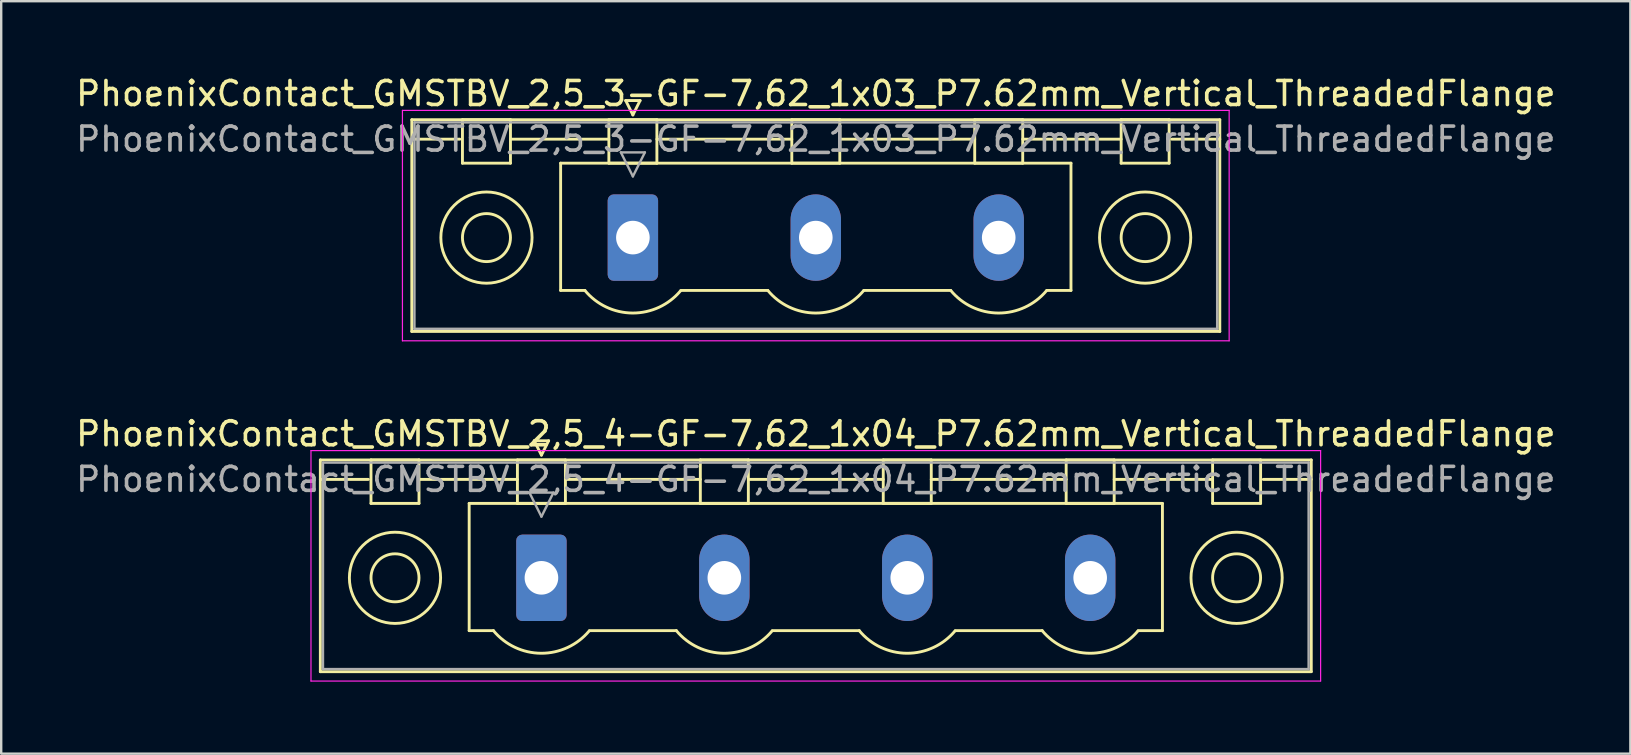
<source format=kicad_pcb>
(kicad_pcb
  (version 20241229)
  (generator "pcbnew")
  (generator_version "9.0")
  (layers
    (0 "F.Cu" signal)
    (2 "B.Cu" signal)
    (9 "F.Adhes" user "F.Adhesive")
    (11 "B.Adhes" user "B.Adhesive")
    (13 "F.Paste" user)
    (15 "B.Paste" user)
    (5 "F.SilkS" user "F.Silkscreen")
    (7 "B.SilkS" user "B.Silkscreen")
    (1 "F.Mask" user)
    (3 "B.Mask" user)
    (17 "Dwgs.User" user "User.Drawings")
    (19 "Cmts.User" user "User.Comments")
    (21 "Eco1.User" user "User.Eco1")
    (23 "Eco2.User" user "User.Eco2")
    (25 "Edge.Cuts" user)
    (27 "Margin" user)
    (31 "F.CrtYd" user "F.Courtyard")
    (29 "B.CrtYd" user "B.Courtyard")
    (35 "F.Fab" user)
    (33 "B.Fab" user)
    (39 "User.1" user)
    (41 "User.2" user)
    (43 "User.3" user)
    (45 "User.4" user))
  (footprint "PhoenixContact_GMSTBV_2,5_3-GF-7,62_1x03_P7.62mm_Vertical_ThreadedFlange"
    (layer "F.Cu")
    (at 23.315 6.848)
    (property "Reference" "PhoenixContact_GMSTBV_2,5_3-GF-7,62_1x03_P7.62mm_Vertical_ThreadedFlange" (at 7.62 -6 0) (layer "F.SilkS") (effects (font (size 1 1) (thickness 0.15))))
    (attr through_hole)
    (fp_line (start -9.21 -4.91) (end -9.21 3.91) (stroke (width 0.12) (type solid)) (layer "F.SilkS"))
    (fp_line (start -9.21 -4.1) (end -7.21 -4.1) (stroke (width 0.12) (type solid)) (layer "F.SilkS"))
    (fp_line (start -9.21 3.91) (end 24.45 3.91) (stroke (width 0.12) (type solid)) (layer "F.SilkS"))
    (fp_line (start -7.1 -4.91) (end -5.1 -4.91) (stroke (width 0.12) (type solid)) (layer "F.SilkS"))
    (fp_line (start -7.1 -3.1) (end -7.1 -4.91) (stroke (width 0.12) (type solid)) (layer "F.SilkS"))
    (fp_line (start -5.1 -4.91) (end -5.1 -3.1) (stroke (width 0.12) (type solid)) (layer "F.SilkS"))
    (fp_line (start -5.1 -4.1) (end -1 -4.1) (stroke (width 0.12) (type solid)) (layer "F.SilkS"))
    (fp_line (start -5.1 -3.1) (end -7.1 -3.1) (stroke (width 0.12) (type solid)) (layer "F.SilkS"))
    (fp_line (start -3.01 -3.1) (end 18.25 -3.1) (stroke (width 0.12) (type solid)) (layer "F.SilkS"))
    (fp_line (start -3.01 2.2) (end -3.01 -3.1) (stroke (width 0.12) (type solid)) (layer "F.SilkS"))
    (fp_line (start -2 2.2) (end -3.01 2.2) (stroke (width 0.12) (type solid)) (layer "F.SilkS"))
    (fp_line (start -1 -4.91) (end 1 -4.91) (stroke (width 0.12) (type solid)) (layer "F.SilkS"))
    (fp_line (start -1 -3.1) (end -1 -4.91) (stroke (width 0.12) (type solid)) (layer "F.SilkS"))
    (fp_line (start -0.3 -5.71) (end 0.3 -5.71) (stroke (width 0.12) (type solid)) (layer "F.SilkS"))
    (fp_line (start 0 -5.11) (end -0.3 -5.71) (stroke (width 0.12) (type solid)) (layer "F.SilkS"))
    (fp_line (start 0.3 -5.71) (end 0 -5.11) (stroke (width 0.12) (type solid)) (layer "F.SilkS"))
    (fp_line (start 1 -4.91) (end 1 -3.1) (stroke (width 0.12) (type solid)) (layer "F.SilkS"))
    (fp_line (start 1 -4.1) (end 6.62 -4.1) (stroke (width 0.12) (type solid)) (layer "F.SilkS"))
    (fp_line (start 1 -3.1) (end -1 -3.1) (stroke (width 0.12) (type solid)) (layer "F.SilkS"))
    (fp_line (start 2 2.2) (end 5.62 2.2) (stroke (width 0.12) (type solid)) (layer "F.SilkS"))
    (fp_line (start 6.62 -4.91) (end 8.62 -4.91) (stroke (width 0.12) (type solid)) (layer "F.SilkS"))
    (fp_line (start 6.62 -3.1) (end 6.62 -4.91) (stroke (width 0.12) (type solid)) (layer "F.SilkS"))
    (fp_line (start 8.62 -4.91) (end 8.62 -3.1) (stroke (width 0.12) (type solid)) (layer "F.SilkS"))
    (fp_line (start 8.62 -4.1) (end 14.24 -4.1) (stroke (width 0.12) (type solid)) (layer "F.SilkS"))
    (fp_line (start 8.62 -3.1) (end 6.62 -3.1) (stroke (width 0.12) (type solid)) (layer "F.SilkS"))
    (fp_line (start 9.62 2.2) (end 13.24 2.2) (stroke (width 0.12) (type solid)) (layer "F.SilkS"))
    (fp_line (start 14.24 -4.91) (end 16.24 -4.91) (stroke (width 0.12) (type solid)) (layer "F.SilkS"))
    (fp_line (start 14.24 -3.1) (end 14.24 -4.91) (stroke (width 0.12) (type solid)) (layer "F.SilkS"))
    (fp_line (start 16.24 -4.91) (end 16.24 -3.1) (stroke (width 0.12) (type solid)) (layer "F.SilkS"))
    (fp_line (start 16.24 -4.1) (end 20.34 -4.1) (stroke (width 0.12) (type solid)) (layer "F.SilkS"))
    (fp_line (start 16.24 -3.1) (end 14.24 -3.1) (stroke (width 0.12) (type solid)) (layer "F.SilkS"))
    (fp_line (start 18.25 -3.1) (end 18.25 2.2) (stroke (width 0.12) (type solid)) (layer "F.SilkS"))
    (fp_line (start 18.25 2.2) (end 17.24 2.2) (stroke (width 0.12) (type solid)) (layer "F.SilkS"))
    (fp_line (start 20.34 -4.91) (end 22.34 -4.91) (stroke (width 0.12) (type solid)) (layer "F.SilkS"))
    (fp_line (start 20.34 -3.1) (end 20.34 -4.91) (stroke (width 0.12) (type solid)) (layer "F.SilkS"))
    (fp_line (start 22.34 -4.91) (end 22.34 -3.1) (stroke (width 0.12) (type solid)) (layer "F.SilkS"))
    (fp_line (start 22.34 -3.1) (end 20.34 -3.1) (stroke (width 0.12) (type solid)) (layer "F.SilkS"))
    (fp_line (start 24.45 -4.91) (end -9.21 -4.91) (stroke (width 0.12) (type solid)) (layer "F.SilkS"))
    (fp_line (start 24.45 -4.1) (end 22.45 -4.1) (stroke (width 0.12) (type solid)) (layer "F.SilkS"))
    (fp_line (start 24.45 3.91) (end 24.45 -4.91) (stroke (width 0.12) (type solid)) (layer "F.SilkS"))
    (fp_arc (start 1.986842 2.215821) (mid -0.010289 3.142758) (end -2 2.2) (stroke (width 0.12) (type solid)) (layer "F.SilkS"))
    (fp_arc (start 9.606842 2.215821) (mid 7.609711 3.142758) (end 5.62 2.2) (stroke (width 0.12) (type solid)) (layer "F.SilkS"))
    (fp_arc (start 17.226842 2.215821) (mid 15.229711 3.142758) (end 13.24 2.2) (stroke (width 0.12) (type solid)) (layer "F.SilkS"))
    (fp_circle (center -6.1 0) (end -5.1 0) (stroke (width 0.12) (type solid)) (fill no) (layer "F.SilkS"))
    (fp_circle (center -6.1 0) (end -4.2 0) (stroke (width 0.12) (type solid)) (fill no) (layer "F.SilkS"))
    (fp_circle (center 21.34 0) (end 22.34 0) (stroke (width 0.12) (type solid)) (fill no) (layer "F.SilkS"))
    (fp_circle (center 21.34 0) (end 23.24 0) (stroke (width 0.12) (type solid)) (fill no) (layer "F.SilkS"))
    (fp_line (start -9.6 -5.3) (end -9.6 4.3) (stroke (width 0.05) (type solid)) (layer "F.CrtYd"))
    (fp_line (start -9.6 4.3) (end 24.84 4.3) (stroke (width 0.05) (type solid)) (layer "F.CrtYd"))
    (fp_line (start 24.84 -5.3) (end -9.6 -5.3) (stroke (width 0.05) (type solid)) (layer "F.CrtYd"))
    (fp_line (start 24.84 4.3) (end 24.84 -5.3) (stroke (width 0.05) (type solid)) (layer "F.CrtYd"))
    (fp_line (start -9.1 -4.8) (end -9.1 3.8) (stroke (width 0.1) (type solid)) (layer "F.Fab"))
    (fp_line (start -9.1 3.8) (end 24.34 3.8) (stroke (width 0.1) (type solid)) (layer "F.Fab"))
    (fp_line (start -0.5 -3.55) (end 0.5 -3.55) (stroke (width 0.1) (type solid)) (layer "F.Fab"))
    (fp_line (start 0 -2.55) (end -0.5 -3.55) (stroke (width 0.1) (type solid)) (layer "F.Fab"))
    (fp_line (start 0.5 -3.55) (end 0 -2.55) (stroke (width 0.1) (type solid)) (layer "F.Fab"))
    (fp_line (start 24.34 -4.8) (end -9.1 -4.8) (stroke (width 0.1) (type solid)) (layer "F.Fab"))
    (fp_line (start 24.34 3.8) (end 24.34 -4.8) (stroke (width 0.1) (type solid)) (layer "F.Fab"))
    (fp_text user "${REFERENCE}" (at 7.62 -4.1 0) (layer "F.Fab") (effects (font (size 1 1) (thickness 0.15))))
    (pad "1" thru_hole roundrect (at 0 0) (size 2.1 3.6) (drill 1.4) (layers "*.Cu" "*.Mask") (roundrect_rratio 0.119))
    (pad "2" thru_hole oval (at 7.62 0) (size 2.1 3.6) (drill 1.4) (layers "*.Cu" "*.Mask"))
    (pad "3" thru_hole oval (at 15.24 0) (size 2.1 3.6) (drill 1.4) (layers "*.Cu" "*.Mask")))
  (footprint "PhoenixContact_GMSTBV_2,5_4-GF-7,62_1x04_P7.62mm_Vertical_ThreadedFlange"
    (layer "F.Cu")
    (at 19.505 21.021)
    (property "Reference" "PhoenixContact_GMSTBV_2,5_4-GF-7,62_1x04_P7.62mm_Vertical_ThreadedFlange" (at 11.43 -6 0) (layer "F.SilkS") (effects (font (size 1 1) (thickness 0.15))))
    (attr through_hole)
    (fp_line (start -9.21 -4.91) (end -9.21 3.91) (stroke (width 0.12) (type solid)) (layer "F.SilkS"))
    (fp_line (start -9.21 -4.1) (end -7.21 -4.1) (stroke (width 0.12) (type solid)) (layer "F.SilkS"))
    (fp_line (start -9.21 3.91) (end 32.07 3.91) (stroke (width 0.12) (type solid)) (layer "F.SilkS"))
    (fp_line (start -7.1 -4.91) (end -5.1 -4.91) (stroke (width 0.12) (type solid)) (layer "F.SilkS"))
    (fp_line (start -7.1 -3.1) (end -7.1 -4.91) (stroke (width 0.12) (type solid)) (layer "F.SilkS"))
    (fp_line (start -5.1 -4.91) (end -5.1 -3.1) (stroke (width 0.12) (type solid)) (layer "F.SilkS"))
    (fp_line (start -5.1 -4.1) (end -1 -4.1) (stroke (width 0.12) (type solid)) (layer "F.SilkS"))
    (fp_line (start -5.1 -3.1) (end -7.1 -3.1) (stroke (width 0.12) (type solid)) (layer "F.SilkS"))
    (fp_line (start -3.01 -3.1) (end 25.87 -3.1) (stroke (width 0.12) (type solid)) (layer "F.SilkS"))
    (fp_line (start -3.01 2.2) (end -3.01 -3.1) (stroke (width 0.12) (type solid)) (layer "F.SilkS"))
    (fp_line (start -2 2.2) (end -3.01 2.2) (stroke (width 0.12) (type solid)) (layer "F.SilkS"))
    (fp_line (start -1 -4.91) (end 1 -4.91) (stroke (width 0.12) (type solid)) (layer "F.SilkS"))
    (fp_line (start -1 -3.1) (end -1 -4.91) (stroke (width 0.12) (type solid)) (layer "F.SilkS"))
    (fp_line (start -0.3 -5.71) (end 0.3 -5.71) (stroke (width 0.12) (type solid)) (layer "F.SilkS"))
    (fp_line (start 0 -5.11) (end -0.3 -5.71) (stroke (width 0.12) (type solid)) (layer "F.SilkS"))
    (fp_line (start 0.3 -5.71) (end 0 -5.11) (stroke (width 0.12) (type solid)) (layer "F.SilkS"))
    (fp_line (start 1 -4.91) (end 1 -3.1) (stroke (width 0.12) (type solid)) (layer "F.SilkS"))
    (fp_line (start 1 -4.1) (end 6.62 -4.1) (stroke (width 0.12) (type solid)) (layer "F.SilkS"))
    (fp_line (start 1 -3.1) (end -1 -3.1) (stroke (width 0.12) (type solid)) (layer "F.SilkS"))
    (fp_line (start 2 2.2) (end 5.62 2.2) (stroke (width 0.12) (type solid)) (layer "F.SilkS"))
    (fp_line (start 6.62 -4.91) (end 8.62 -4.91) (stroke (width 0.12) (type solid)) (layer "F.SilkS"))
    (fp_line (start 6.62 -3.1) (end 6.62 -4.91) (stroke (width 0.12) (type solid)) (layer "F.SilkS"))
    (fp_line (start 8.62 -4.91) (end 8.62 -3.1) (stroke (width 0.12) (type solid)) (layer "F.SilkS"))
    (fp_line (start 8.62 -4.1) (end 14.24 -4.1) (stroke (width 0.12) (type solid)) (layer "F.SilkS"))
    (fp_line (start 8.62 -3.1) (end 6.62 -3.1) (stroke (width 0.12) (type solid)) (layer "F.SilkS"))
    (fp_line (start 9.62 2.2) (end 13.24 2.2) (stroke (width 0.12) (type solid)) (layer "F.SilkS"))
    (fp_line (start 14.24 -4.91) (end 16.24 -4.91) (stroke (width 0.12) (type solid)) (layer "F.SilkS"))
    (fp_line (start 14.24 -3.1) (end 14.24 -4.91) (stroke (width 0.12) (type solid)) (layer "F.SilkS"))
    (fp_line (start 16.24 -4.91) (end 16.24 -3.1) (stroke (width 0.12) (type solid)) (layer "F.SilkS"))
    (fp_line (start 16.24 -4.1) (end 21.86 -4.1) (stroke (width 0.12) (type solid)) (layer "F.SilkS"))
    (fp_line (start 16.24 -3.1) (end 14.24 -3.1) (stroke (width 0.12) (type solid)) (layer "F.SilkS"))
    (fp_line (start 17.24 2.2) (end 20.86 2.2) (stroke (width 0.12) (type solid)) (layer "F.SilkS"))
    (fp_line (start 21.86 -4.91) (end 23.86 -4.91) (stroke (width 0.12) (type solid)) (layer "F.SilkS"))
    (fp_line (start 21.86 -3.1) (end 21.86 -4.91) (stroke (width 0.12) (type solid)) (layer "F.SilkS"))
    (fp_line (start 23.86 -4.91) (end 23.86 -3.1) (stroke (width 0.12) (type solid)) (layer "F.SilkS"))
    (fp_line (start 23.86 -4.1) (end 27.96 -4.1) (stroke (width 0.12) (type solid)) (layer "F.SilkS"))
    (fp_line (start 23.86 -3.1) (end 21.86 -3.1) (stroke (width 0.12) (type solid)) (layer "F.SilkS"))
    (fp_line (start 25.87 -3.1) (end 25.87 2.2) (stroke (width 0.12) (type solid)) (layer "F.SilkS"))
    (fp_line (start 25.87 2.2) (end 24.86 2.2) (stroke (width 0.12) (type solid)) (layer "F.SilkS"))
    (fp_line (start 27.96 -4.91) (end 29.96 -4.91) (stroke (width 0.12) (type solid)) (layer "F.SilkS"))
    (fp_line (start 27.96 -3.1) (end 27.96 -4.91) (stroke (width 0.12) (type solid)) (layer "F.SilkS"))
    (fp_line (start 29.96 -4.91) (end 29.96 -3.1) (stroke (width 0.12) (type solid)) (layer "F.SilkS"))
    (fp_line (start 29.96 -3.1) (end 27.96 -3.1) (stroke (width 0.12) (type solid)) (layer "F.SilkS"))
    (fp_line (start 32.07 -4.91) (end -9.21 -4.91) (stroke (width 0.12) (type solid)) (layer "F.SilkS"))
    (fp_line (start 32.07 -4.1) (end 30.07 -4.1) (stroke (width 0.12) (type solid)) (layer "F.SilkS"))
    (fp_line (start 32.07 3.91) (end 32.07 -4.91) (stroke (width 0.12) (type solid)) (layer "F.SilkS"))
    (fp_arc (start 1.986842 2.215821) (mid -0.010289 3.142758) (end -2 2.2) (stroke (width 0.12) (type solid)) (layer "F.SilkS"))
    (fp_arc (start 9.606842 2.215821) (mid 7.609711 3.142758) (end 5.62 2.2) (stroke (width 0.12) (type solid)) (layer "F.SilkS"))
    (fp_arc (start 17.226842 2.215821) (mid 15.229711 3.142758) (end 13.24 2.2) (stroke (width 0.12) (type solid)) (layer "F.SilkS"))
    (fp_arc (start 24.846842 2.215821) (mid 22.849711 3.142758) (end 20.86 2.2) (stroke (width 0.12) (type solid)) (layer "F.SilkS"))
    (fp_circle (center -6.1 0) (end -5.1 0) (stroke (width 0.12) (type solid)) (fill no) (layer "F.SilkS"))
    (fp_circle (center -6.1 0) (end -4.2 0) (stroke (width 0.12) (type solid)) (fill no) (layer "F.SilkS"))
    (fp_circle (center 28.96 0) (end 29.96 0) (stroke (width 0.12) (type solid)) (fill no) (layer "F.SilkS"))
    (fp_circle (center 28.96 0) (end 30.86 0) (stroke (width 0.12) (type solid)) (fill no) (layer "F.SilkS"))
    (fp_line (start -9.6 -5.3) (end -9.6 4.3) (stroke (width 0.05) (type solid)) (layer "F.CrtYd"))
    (fp_line (start -9.6 4.3) (end 32.46 4.3) (stroke (width 0.05) (type solid)) (layer "F.CrtYd"))
    (fp_line (start 32.46 -5.3) (end -9.6 -5.3) (stroke (width 0.05) (type solid)) (layer "F.CrtYd"))
    (fp_line (start 32.46 4.3) (end 32.46 -5.3) (stroke (width 0.05) (type solid)) (layer "F.CrtYd"))
    (fp_line (start -9.1 -4.8) (end -9.1 3.8) (stroke (width 0.1) (type solid)) (layer "F.Fab"))
    (fp_line (start -9.1 3.8) (end 31.96 3.8) (stroke (width 0.1) (type solid)) (layer "F.Fab"))
    (fp_line (start -0.5 -3.55) (end 0.5 -3.55) (stroke (width 0.1) (type solid)) (layer "F.Fab"))
    (fp_line (start 0 -2.55) (end -0.5 -3.55) (stroke (width 0.1) (type solid)) (layer "F.Fab"))
    (fp_line (start 0.5 -3.55) (end 0 -2.55) (stroke (width 0.1) (type solid)) (layer "F.Fab"))
    (fp_line (start 31.96 -4.8) (end -9.1 -4.8) (stroke (width 0.1) (type solid)) (layer "F.Fab"))
    (fp_line (start 31.96 3.8) (end 31.96 -4.8) (stroke (width 0.1) (type solid)) (layer "F.Fab"))
    (fp_text user "${REFERENCE}" (at 11.43 -4.1 0) (layer "F.Fab") (effects (font (size 1 1) (thickness 0.15))))
    (pad "1" thru_hole roundrect (at 0 0) (size 2.1 3.6) (drill 1.4) (layers "*.Cu" "*.Mask") (roundrect_rratio 0.119))
    (pad "2" thru_hole oval (at 7.62 0) (size 2.1 3.6) (drill 1.4) (layers "*.Cu" "*.Mask"))
    (pad "3" thru_hole oval (at 15.24 0) (size 2.1 3.6) (drill 1.4) (layers "*.Cu" "*.Mask"))
    (pad "4" thru_hole oval (at 22.86 0) (size 2.1 3.6) (drill 1.4) (layers "*.Cu" "*.Mask")))
  (gr_rect
    (start -3 -3)
    (end 64.869 28.346)
    (stroke (width 0.1) (type default))
    (fill no)
    (layer "Edge.Cuts")))
</source>
